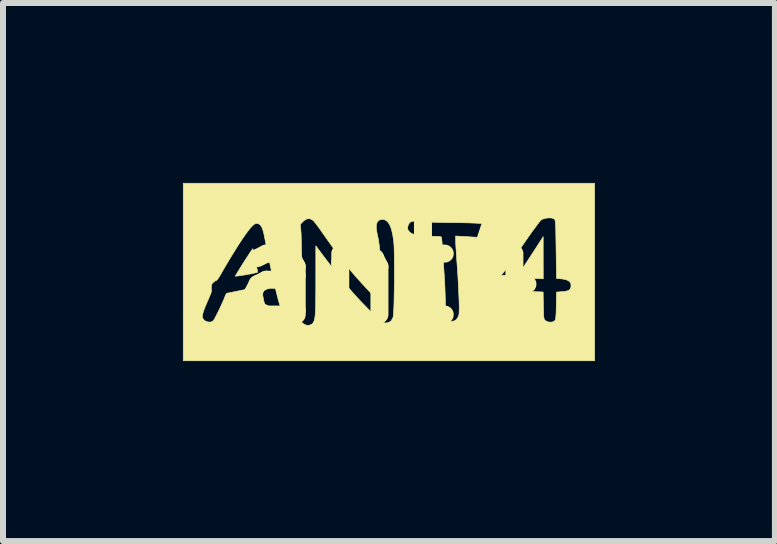
<source format=kicad_pcb>
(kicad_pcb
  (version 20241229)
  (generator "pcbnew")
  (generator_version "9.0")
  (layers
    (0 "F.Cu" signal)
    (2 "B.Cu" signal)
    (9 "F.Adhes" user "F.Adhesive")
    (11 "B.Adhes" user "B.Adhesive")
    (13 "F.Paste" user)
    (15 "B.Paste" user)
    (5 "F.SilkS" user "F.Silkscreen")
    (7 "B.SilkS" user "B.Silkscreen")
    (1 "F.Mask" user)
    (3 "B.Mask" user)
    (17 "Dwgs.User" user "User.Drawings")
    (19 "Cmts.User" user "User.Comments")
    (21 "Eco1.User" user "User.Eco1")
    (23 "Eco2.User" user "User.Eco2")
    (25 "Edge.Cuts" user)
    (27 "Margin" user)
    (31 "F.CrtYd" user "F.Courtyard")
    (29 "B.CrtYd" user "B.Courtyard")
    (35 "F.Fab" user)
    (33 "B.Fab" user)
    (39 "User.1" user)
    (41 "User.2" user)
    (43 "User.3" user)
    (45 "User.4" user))
  (footprint "ant4"
    (layer "F.Cu")
    (at 3.421 1.505)
    (property "Reference" "ant4" (at 0 0 0) (layer "F.SilkS") (effects (font (size 1.524 1.524) (thickness 0.3))))
    (attr through_hole)
    (fp_poly (pts (xy 2.585 -0.258) (xy 2.586 0.094) (xy 2.535 0.091) (xy 2.502 0.089) (xy 2.45 0.088) (xy 2.385 0.086) (xy 2.315 0.084) (xy 2.314 0.084) (xy 2.25 0.082) (xy 2.197 0.079) (xy 2.16 0.077) (xy 2.144 0.074) (xy 2.143 0.074) (xy 2.15 0.062) (xy 2.17 0.03) (xy 2.201 -0.017) (xy 2.24 -0.078) (xy 2.286 -0.149) (xy 2.322 -0.204) (xy 2.374 -0.284) (xy 2.424 -0.36) (xy 2.469 -0.429) (xy 2.506 -0.487) (xy 2.533 -0.528) (xy 2.543 -0.543) (xy 2.585 -0.61) (xy 2.585 -0.258)) (stroke (width 0.01) (type solid)) (fill yes) (layer "F.SilkS"))
    (fp_poly (pts (xy -2.249 -0.385) (xy -2.24 -0.344) (xy -2.229 -0.291) (xy -2.216 -0.23) (xy -2.204 -0.168) (xy -2.192 -0.11) (xy -2.183 -0.062) (xy -2.177 -0.029) (xy -2.176 -0.017) (xy -2.191 -0.011) (xy -2.226 -0.003) (xy -2.275 0.008) (xy -2.332 0.018) (xy -2.392 0.029) (xy -2.449 0.038) (xy -2.498 0.045) (xy -2.533 0.049) (xy -2.549 0.049) (xy -2.549 0.048) (xy -2.511 -0.016) (xy -2.468 -0.085) (xy -2.424 -0.156) (xy -2.381 -0.224) (xy -2.34 -0.286) (xy -2.306 -0.339) (xy -2.278 -0.379) (xy -2.261 -0.403) (xy -2.255 -0.408) (xy -2.249 -0.385)) (stroke (width 0.01) (type solid)) (fill yes) (layer "F.SilkS"))
    (fp_poly (pts (xy 3.443 1.46) (xy -3.416 1.46) (xy -3.416 0.727) (xy -3.098 0.727) (xy -3.098 0.733) (xy -3.08 0.771) (xy -3.045 0.799) (xy -3.001 0.814) (xy -2.956 0.814) (xy -2.919 0.795) (xy -2.914 0.791) (xy -2.9 0.769) (xy -2.878 0.729) (xy -2.85 0.674) (xy -2.819 0.612) (xy -2.788 0.546) (xy -2.759 0.482) (xy -2.735 0.427) (xy -2.719 0.385) (xy -2.705 0.353) (xy -2.694 0.336) (xy -2.692 0.335) (xy -2.678 0.332) (xy -2.642 0.325) (xy -2.589 0.314) (xy -2.524 0.301) (xy -2.451 0.286) (xy -2.376 0.27) (xy -2.303 0.254) (xy -2.236 0.24) (xy -2.181 0.228) (xy -2.148 0.221) (xy -2.135 0.22) (xy -2.125 0.227) (xy -2.117 0.247) (xy -2.108 0.283) (xy -2.097 0.342) (xy -2.096 0.345) (xy -2.072 0.465) (xy -2.043 0.572) (xy -2.011 0.662) (xy -1.977 0.733) (xy -1.943 0.782) (xy -1.926 0.796) (xy -1.881 0.814) (xy -1.834 0.811) (xy -1.793 0.789) (xy -1.764 0.753) (xy -1.755 0.711) (xy -1.76 0.681) (xy -1.772 0.634) (xy -1.79 0.578) (xy -1.801 0.546) (xy -1.816 0.5) (xy -1.835 0.432) (xy -1.857 0.345) (xy -1.882 0.242) (xy -1.909 0.127) (xy -1.937 0.005) (xy -1.964 -0.122) (xy -1.991 -0.25) (xy -2.016 -0.375) (xy -2.039 -0.494) (xy -2.05 -0.549) (xy -2.069 -0.646) (xy -2.088 -0.719) (xy -2.108 -0.771) (xy -2.131 -0.805) (xy -2.147 -0.816) (xy -1.464 -0.816) (xy -1.452 -0.673) (xy -1.45 -0.63) (xy -1.448 -0.565) (xy -1.446 -0.479) (xy -1.444 -0.376) (xy -1.442 -0.259) (xy -1.441 -0.133) (xy -1.441 0.001) (xy -1.44 0.139) (xy -1.44 0.145) (xy -1.44 0.82) (xy -1.409 0.845) (xy -1.364 0.867) (xy -1.315 0.868) (xy -1.272 0.849) (xy -1.262 0.841) (xy -1.25 0.825) (xy -1.239 0.806) (xy -1.23 0.781) (xy -1.223 0.747) (xy -1.217 0.704) (xy -1.213 0.647) (xy -1.21 0.575) (xy -1.208 0.485) (xy -1.207 0.375) (xy -1.206 0.243) (xy -1.206 0.116) (xy -1.206 -0.457) (xy -1.103 -0.319) (xy -1.008 -0.194) (xy -0.905 -0.061) (xy -0.799 0.072) (xy -0.697 0.196) (xy -0.632 0.275) (xy -0.581 0.333) (xy -0.522 0.398) (xy -0.457 0.468) (xy -0.389 0.538) (xy -0.322 0.607) (xy -0.259 0.671) (xy -0.202 0.726) (xy -0.155 0.77) (xy -0.12 0.8) (xy -0.104 0.812) (xy -0.046 0.83) (xy 0.007 0.824) (xy 0.05 0.794) (xy 0.079 0.743) (xy 0.083 0.73) (xy 0.087 0.701) (xy 0.091 0.648) (xy 0.095 0.576) (xy 0.098 0.488) (xy 0.1 0.387) (xy 0.102 0.277) (xy 0.104 0.161) (xy 0.105 0.044) (xy 0.105 -0.072) (xy 0.104 -0.183) (xy 0.103 -0.285) (xy 0.101 -0.374) (xy 0.099 -0.448) (xy 0.095 -0.503) (xy 0.095 -0.513) (xy 0.077 -0.638) (xy 0.054 -0.737) (xy 0.042 -0.767) (xy 0.324 -0.767) (xy 0.329 -0.725) (xy 0.358 -0.685) (xy 0.359 -0.684) (xy 0.402 -0.657) (xy 0.471 -0.637) (xy 0.565 -0.623) (xy 0.685 -0.617) (xy 0.744 -0.616) (xy 0.814 -0.615) (xy 0.86 -0.612) (xy 0.884 -0.605) (xy 0.89 -0.599) (xy 0.892 -0.581) (xy 0.896 -0.541) (xy 0.901 -0.483) (xy 0.906 -0.413) (xy 0.91 -0.348) (xy 0.916 -0.253) (xy 0.923 -0.149) (xy 0.93 -0.047) (xy 0.936 0.043) (xy 0.938 0.074) (xy 0.943 0.154) (xy 0.947 0.251) (xy 0.951 0.355) (xy 0.954 0.457) (xy 0.955 0.507) (xy 0.957 0.594) (xy 0.958 0.658) (xy 0.961 0.704) (xy 0.964 0.734) (xy 0.97 0.754) (xy 0.977 0.767) (xy 0.988 0.777) (xy 0.99 0.779) (xy 1.035 0.8) (xy 1.084 0.801) (xy 1.128 0.781) (xy 1.137 0.772) (xy 1.162 0.737) (xy 1.18 0.695) (xy 1.183 0.665) (xy 1.185 0.611) (xy 1.185 0.534) (xy 1.182 0.437) (xy 1.177 0.323) (xy 1.171 0.194) (xy 1.171 0.19) (xy 1.796 0.19) (xy 1.8 0.228) (xy 1.822 0.258) (xy 1.831 0.264) (xy 1.845 0.271) (xy 1.866 0.277) (xy 1.897 0.282) (xy 1.94 0.286) (xy 1.999 0.29) (xy 2.078 0.294) (xy 2.179 0.298) (xy 2.225 0.3) (xy 2.584 0.313) (xy 2.588 0.539) (xy 2.59 0.622) (xy 2.592 0.683) (xy 2.594 0.725) (xy 2.599 0.753) (xy 2.605 0.77) (xy 2.613 0.782) (xy 2.624 0.792) (xy 2.664 0.811) (xy 2.71 0.817) (xy 2.754 0.809) (xy 2.777 0.793) (xy 2.786 0.78) (xy 2.792 0.758) (xy 2.796 0.724) (xy 2.8 0.673) (xy 2.802 0.603) (xy 2.803 0.542) (xy 2.807 0.315) (xy 2.903 0.307) (xy 2.965 0.3) (xy 3.007 0.288) (xy 3.032 0.268) (xy 3.046 0.237) (xy 3.048 0.228) (xy 3.048 0.178) (xy 3.025 0.139) (xy 2.978 0.112) (xy 2.907 0.096) (xy 2.887 0.094) (xy 2.807 0.087) (xy 2.8 -0.4) (xy 2.798 -0.527) (xy 2.796 -0.63) (xy 2.795 -0.711) (xy 2.793 -0.774) (xy 2.79 -0.821) (xy 2.787 -0.854) (xy 2.784 -0.877) (xy 2.779 -0.891) (xy 2.773 -0.9) (xy 2.766 -0.906) (xy 2.731 -0.92) (xy 2.681 -0.923) (xy 2.626 -0.917) (xy 2.576 -0.902) (xy 2.551 -0.888) (xy 2.535 -0.871) (xy 2.505 -0.834) (xy 2.465 -0.78) (xy 2.415 -0.713) (xy 2.359 -0.634) (xy 2.297 -0.546) (xy 2.238 -0.46) (xy 2.173 -0.365) (xy 2.11 -0.274) (xy 2.051 -0.191) (xy 2 -0.117) (xy 1.957 -0.058) (xy 1.925 -0.015) (xy 1.908 0.007) (xy 1.85 0.081) (xy 1.813 0.142) (xy 1.796 0.19) (xy 1.171 0.19) (xy 1.163 0.052) (xy 1.153 -0.101) (xy 1.145 -0.208) (xy 1.139 -0.295) (xy 1.134 -0.378) (xy 1.129 -0.452) (xy 1.126 -0.51) (xy 1.125 -0.547) (xy 1.125 -0.548) (xy 1.125 -0.62) (xy 1.276 -0.612) (xy 1.399 -0.604) (xy 1.499 -0.598) (xy 1.577 -0.594) (xy 1.636 -0.591) (xy 1.68 -0.59) (xy 1.712 -0.591) (xy 1.733 -0.593) (xy 1.747 -0.597) (xy 1.757 -0.603) (xy 1.765 -0.611) (xy 1.774 -0.62) (xy 1.803 -0.666) (xy 1.808 -0.718) (xy 1.79 -0.768) (xy 1.778 -0.783) (xy 1.765 -0.796) (xy 1.75 -0.806) (xy 1.728 -0.813) (xy 1.695 -0.819) (xy 1.646 -0.823) (xy 1.576 -0.828) (xy 1.547 -0.83) (xy 1.472 -0.834) (xy 1.377 -0.838) (xy 1.27 -0.841) (xy 1.16 -0.843) (xy 1.054 -0.844) (xy 1.032 -0.844) (xy 0.933 -0.845) (xy 0.833 -0.847) (xy 0.739 -0.85) (xy 0.657 -0.854) (xy 0.593 -0.858) (xy 0.577 -0.86) (xy 0.496 -0.867) (xy 0.437 -0.869) (xy 0.396 -0.863) (xy 0.367 -0.85) (xy 0.348 -0.828) (xy 0.342 -0.818) (xy 0.324 -0.767) (xy 0.042 -0.767) (xy 0.024 -0.812) (xy -0.013 -0.863) (xy -0.057 -0.891) (xy -0.095 -0.898) (xy -0.146 -0.887) (xy -0.18 -0.857) (xy -0.197 -0.806) (xy -0.197 -0.735) (xy -0.18 -0.642) (xy -0.174 -0.619) (xy -0.16 -0.548) (xy -0.147 -0.453) (xy -0.136 -0.332) (xy -0.127 -0.186) (xy -0.12 -0.013) (xy -0.115 0.184) (xy -0.113 0.283) (xy -0.112 0.359) (xy -0.112 0.413) (xy -0.113 0.45) (xy -0.115 0.472) (xy -0.12 0.483) (xy -0.125 0.486) (xy -0.133 0.483) (xy -0.133 0.483) (xy -0.153 0.467) (xy -0.187 0.435) (xy -0.233 0.389) (xy -0.287 0.332) (xy -0.347 0.268) (xy -0.41 0.2) (xy -0.473 0.131) (xy -0.533 0.064) (xy -0.587 0.002) (xy -0.611 -0.027) (xy -0.75 -0.2) (xy -0.898 -0.396) (xy -1.051 -0.611) (xy -1.089 -0.666) (xy -1.135 -0.731) (xy -1.178 -0.79) (xy -1.215 -0.838) (xy -1.242 -0.871) (xy -1.255 -0.883) (xy -1.303 -0.908) (xy -1.351 -0.907) (xy -1.401 -0.878) (xy -1.417 -0.863) (xy -1.464 -0.816) (xy -2.147 -0.816) (xy -2.158 -0.824) (xy -2.191 -0.83) (xy -2.198 -0.831) (xy -2.225 -0.821) (xy -2.26 -0.793) (xy -2.304 -0.745) (xy -2.357 -0.676) (xy -2.421 -0.585) (xy -2.495 -0.473) (xy -2.58 -0.337) (xy -2.594 -0.314) (xy -2.641 -0.237) (xy -2.688 -0.159) (xy -2.731 -0.086) (xy -2.767 -0.024) (xy -2.786 0.011) (xy -2.814 0.058) (xy -2.839 0.096) (xy -2.857 0.117) (xy -2.863 0.12) (xy -2.883 0.129) (xy -2.911 0.149) (xy -2.914 0.151) (xy -2.936 0.175) (xy -2.947 0.206) (xy -2.948 0.25) (xy -2.945 0.298) (xy -2.949 0.317) (xy -2.963 0.354) (xy -2.983 0.403) (xy -3 0.442) (xy -3.045 0.545) (xy -3.076 0.626) (xy -3.093 0.686) (xy -3.098 0.727) (xy -3.416 0.727) (xy -3.416 -1.5) (xy 3.443 -1.5) (xy 3.443 1.46)) (stroke (width 0.01) (type solid)) (fill yes) (layer "F.SilkS")))
  (gr_rect
    (start -3 -3)
    (end 9.869 5.971)
    (stroke (width 0.1) (type default))
    (fill no)
    (layer "Edge.Cuts")))
</source>
